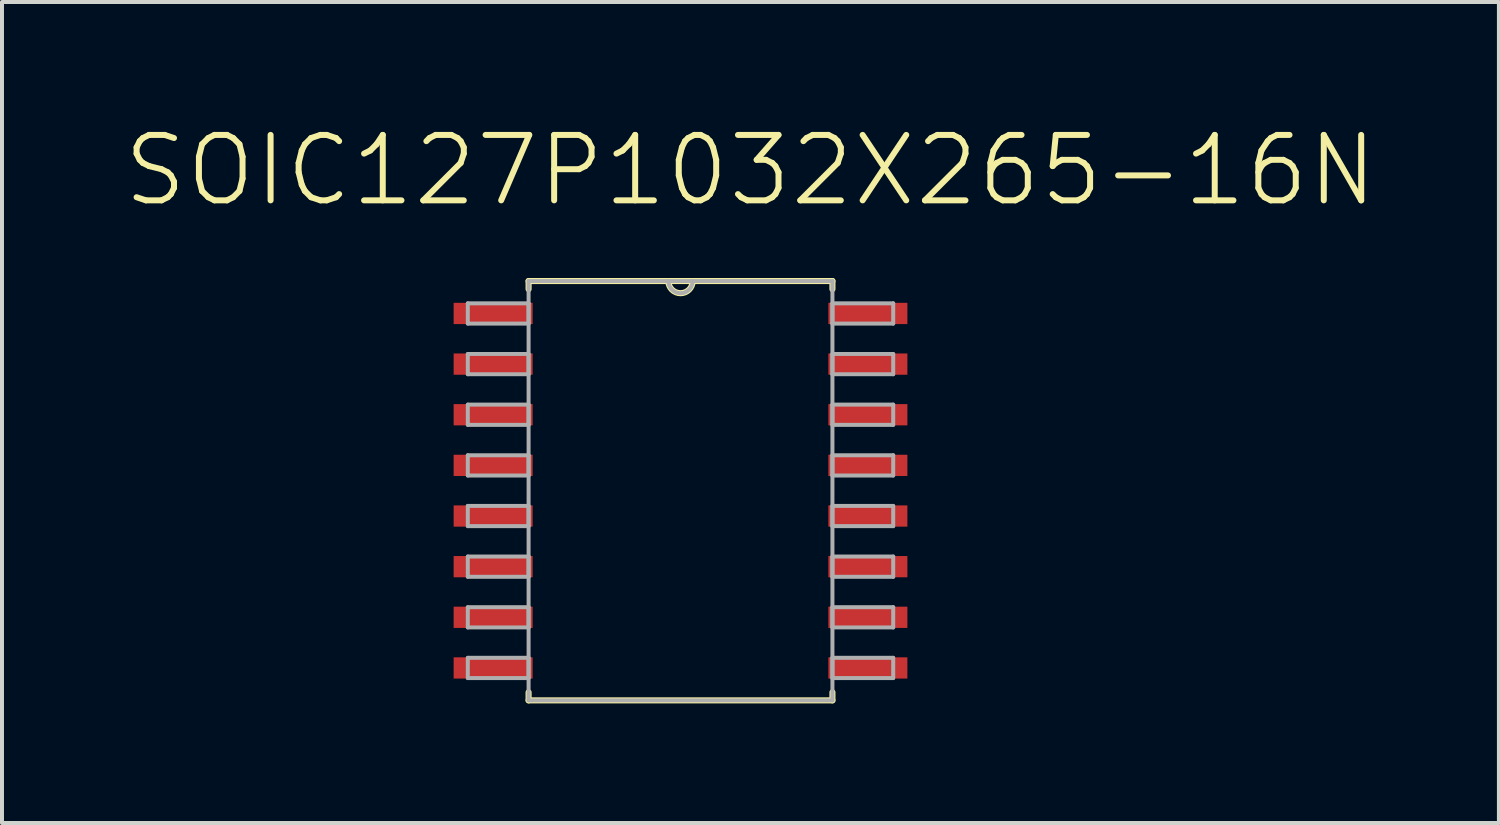
<source format=kicad_pcb>
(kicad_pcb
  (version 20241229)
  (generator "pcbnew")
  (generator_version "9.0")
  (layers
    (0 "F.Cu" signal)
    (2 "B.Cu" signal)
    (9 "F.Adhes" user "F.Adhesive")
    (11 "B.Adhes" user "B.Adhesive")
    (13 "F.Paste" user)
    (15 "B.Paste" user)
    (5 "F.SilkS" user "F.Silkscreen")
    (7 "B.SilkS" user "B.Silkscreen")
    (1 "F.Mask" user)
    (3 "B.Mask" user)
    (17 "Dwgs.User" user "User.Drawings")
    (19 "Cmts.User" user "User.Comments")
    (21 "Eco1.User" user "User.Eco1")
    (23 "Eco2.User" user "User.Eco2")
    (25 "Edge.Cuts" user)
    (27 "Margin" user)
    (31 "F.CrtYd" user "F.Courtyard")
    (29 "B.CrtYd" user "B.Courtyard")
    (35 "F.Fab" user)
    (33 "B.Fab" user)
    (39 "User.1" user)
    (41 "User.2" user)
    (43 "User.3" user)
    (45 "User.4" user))
  (footprint "SOIC127P1032X265-16N"
    (layer "F.Cu")
    (at 14.016 9.256)
    (property "Reference" "SOIC127P1032X265-16N" (at 1.754 -8.033 0) (layer "F.SilkS") (effects (font (size 1.641 1.641) (thickness 0.15))))
    (attr smd)
    (fp_line (start -3.81 -5.258) (end -3.81 -5.055) (stroke (width 0.152) (type solid)) (layer "F.SilkS"))
    (fp_line (start -3.81 5.055) (end -3.81 5.258) (stroke (width 0.152) (type solid)) (layer "F.SilkS"))
    (fp_line (start -3.81 5.258) (end 3.81 5.258) (stroke (width 0.152) (type solid)) (layer "F.SilkS"))
    (fp_line (start -0.305 -5.258) (end -3.81 -5.258) (stroke (width 0.152) (type solid)) (layer "F.SilkS"))
    (fp_line (start 0.305 -5.258) (end -0.305 -5.258) (stroke (width 0.152) (type solid)) (layer "F.SilkS"))
    (fp_line (start 3.81 -5.258) (end 0.305 -5.258) (stroke (width 0.152) (type solid)) (layer "F.SilkS"))
    (fp_line (start 3.81 -5.055) (end 3.81 -5.258) (stroke (width 0.152) (type solid)) (layer "F.SilkS"))
    (fp_line (start 3.81 5.258) (end 3.81 5.055) (stroke (width 0.152) (type solid)) (layer "F.SilkS"))
    (fp_arc (start 0.3048 -5.2578) (mid 0 -4.953) (end -0.3048 -5.2578) (stroke (width 0.1524) (type solid)) (layer "F.SilkS"))
    (fp_line (start -5.334 -4.699) (end -5.334 -4.191) (stroke (width 0.1) (type solid)) (layer "F.Fab"))
    (fp_line (start -5.334 -4.191) (end -3.81 -4.191) (stroke (width 0.1) (type solid)) (layer "F.Fab"))
    (fp_line (start -5.334 -3.429) (end -5.334 -2.921) (stroke (width 0.1) (type solid)) (layer "F.Fab"))
    (fp_line (start -5.334 -2.921) (end -3.81 -2.921) (stroke (width 0.1) (type solid)) (layer "F.Fab"))
    (fp_line (start -5.334 -2.159) (end -5.334 -1.651) (stroke (width 0.1) (type solid)) (layer "F.Fab"))
    (fp_line (start -5.334 -1.651) (end -3.81 -1.651) (stroke (width 0.1) (type solid)) (layer "F.Fab"))
    (fp_line (start -5.334 -0.889) (end -5.334 -0.381) (stroke (width 0.1) (type solid)) (layer "F.Fab"))
    (fp_line (start -5.334 -0.381) (end -3.81 -0.381) (stroke (width 0.1) (type solid)) (layer "F.Fab"))
    (fp_line (start -5.334 0.381) (end -5.334 0.889) (stroke (width 0.1) (type solid)) (layer "F.Fab"))
    (fp_line (start -5.334 0.889) (end -3.81 0.889) (stroke (width 0.1) (type solid)) (layer "F.Fab"))
    (fp_line (start -5.334 1.651) (end -5.334 2.159) (stroke (width 0.1) (type solid)) (layer "F.Fab"))
    (fp_line (start -5.334 2.159) (end -3.81 2.159) (stroke (width 0.1) (type solid)) (layer "F.Fab"))
    (fp_line (start -5.334 2.921) (end -5.334 3.429) (stroke (width 0.1) (type solid)) (layer "F.Fab"))
    (fp_line (start -5.334 3.429) (end -3.81 3.429) (stroke (width 0.1) (type solid)) (layer "F.Fab"))
    (fp_line (start -5.334 4.191) (end -5.334 4.699) (stroke (width 0.1) (type solid)) (layer "F.Fab"))
    (fp_line (start -5.334 4.699) (end -3.81 4.699) (stroke (width 0.1) (type solid)) (layer "F.Fab"))
    (fp_line (start -3.81 -5.258) (end -3.81 5.258) (stroke (width 0.1) (type solid)) (layer "F.Fab"))
    (fp_line (start -3.81 -4.699) (end -5.334 -4.699) (stroke (width 0.1) (type solid)) (layer "F.Fab"))
    (fp_line (start -3.81 -4.191) (end -3.81 -4.699) (stroke (width 0.1) (type solid)) (layer "F.Fab"))
    (fp_line (start -3.81 -3.429) (end -5.334 -3.429) (stroke (width 0.1) (type solid)) (layer "F.Fab"))
    (fp_line (start -3.81 -2.921) (end -3.81 -3.429) (stroke (width 0.1) (type solid)) (layer "F.Fab"))
    (fp_line (start -3.81 -2.159) (end -5.334 -2.159) (stroke (width 0.1) (type solid)) (layer "F.Fab"))
    (fp_line (start -3.81 -1.651) (end -3.81 -2.159) (stroke (width 0.1) (type solid)) (layer "F.Fab"))
    (fp_line (start -3.81 -0.889) (end -5.334 -0.889) (stroke (width 0.1) (type solid)) (layer "F.Fab"))
    (fp_line (start -3.81 -0.381) (end -3.81 -0.889) (stroke (width 0.1) (type solid)) (layer "F.Fab"))
    (fp_line (start -3.81 0.381) (end -5.334 0.381) (stroke (width 0.1) (type solid)) (layer "F.Fab"))
    (fp_line (start -3.81 0.889) (end -3.81 0.381) (stroke (width 0.1) (type solid)) (layer "F.Fab"))
    (fp_line (start -3.81 1.651) (end -5.334 1.651) (stroke (width 0.1) (type solid)) (layer "F.Fab"))
    (fp_line (start -3.81 2.159) (end -3.81 1.651) (stroke (width 0.1) (type solid)) (layer "F.Fab"))
    (fp_line (start -3.81 2.921) (end -5.334 2.921) (stroke (width 0.1) (type solid)) (layer "F.Fab"))
    (fp_line (start -3.81 3.429) (end -3.81 2.921) (stroke (width 0.1) (type solid)) (layer "F.Fab"))
    (fp_line (start -3.81 4.191) (end -5.334 4.191) (stroke (width 0.1) (type solid)) (layer "F.Fab"))
    (fp_line (start -3.81 4.699) (end -3.81 4.191) (stroke (width 0.1) (type solid)) (layer "F.Fab"))
    (fp_line (start -3.81 5.258) (end 3.81 5.258) (stroke (width 0.1) (type solid)) (layer "F.Fab"))
    (fp_line (start -0.305 -5.258) (end -3.81 -5.258) (stroke (width 0.1) (type solid)) (layer "F.Fab"))
    (fp_line (start 0.305 -5.258) (end -0.305 -5.258) (stroke (width 0.1) (type solid)) (layer "F.Fab"))
    (fp_line (start 3.81 -5.258) (end 0.305 -5.258) (stroke (width 0.1) (type solid)) (layer "F.Fab"))
    (fp_line (start 3.81 -4.699) (end 3.81 -4.191) (stroke (width 0.1) (type solid)) (layer "F.Fab"))
    (fp_line (start 3.81 -4.191) (end 5.334 -4.191) (stroke (width 0.1) (type solid)) (layer "F.Fab"))
    (fp_line (start 3.81 -3.429) (end 3.81 -2.921) (stroke (width 0.1) (type solid)) (layer "F.Fab"))
    (fp_line (start 3.81 -2.921) (end 5.334 -2.921) (stroke (width 0.1) (type solid)) (layer "F.Fab"))
    (fp_line (start 3.81 -2.159) (end 3.81 -1.651) (stroke (width 0.1) (type solid)) (layer "F.Fab"))
    (fp_line (start 3.81 -1.651) (end 5.334 -1.651) (stroke (width 0.1) (type solid)) (layer "F.Fab"))
    (fp_line (start 3.81 -0.889) (end 3.81 -0.381) (stroke (width 0.1) (type solid)) (layer "F.Fab"))
    (fp_line (start 3.81 -0.381) (end 5.334 -0.381) (stroke (width 0.1) (type solid)) (layer "F.Fab"))
    (fp_line (start 3.81 0.381) (end 3.81 0.889) (stroke (width 0.1) (type solid)) (layer "F.Fab"))
    (fp_line (start 3.81 0.889) (end 5.334 0.889) (stroke (width 0.1) (type solid)) (layer "F.Fab"))
    (fp_line (start 3.81 1.651) (end 3.81 2.159) (stroke (width 0.1) (type solid)) (layer "F.Fab"))
    (fp_line (start 3.81 2.159) (end 5.334 2.159) (stroke (width 0.1) (type solid)) (layer "F.Fab"))
    (fp_line (start 3.81 2.921) (end 3.81 3.429) (stroke (width 0.1) (type solid)) (layer "F.Fab"))
    (fp_line (start 3.81 3.429) (end 5.334 3.429) (stroke (width 0.1) (type solid)) (layer "F.Fab"))
    (fp_line (start 3.81 4.191) (end 3.81 4.699) (stroke (width 0.1) (type solid)) (layer "F.Fab"))
    (fp_line (start 3.81 4.699) (end 5.334 4.699) (stroke (width 0.1) (type solid)) (layer "F.Fab"))
    (fp_line (start 3.81 5.258) (end 3.81 -5.258) (stroke (width 0.1) (type solid)) (layer "F.Fab"))
    (fp_line (start 5.334 -4.699) (end 3.81 -4.699) (stroke (width 0.1) (type solid)) (layer "F.Fab"))
    (fp_line (start 5.334 -4.191) (end 5.334 -4.699) (stroke (width 0.1) (type solid)) (layer "F.Fab"))
    (fp_line (start 5.334 -3.429) (end 3.81 -3.429) (stroke (width 0.1) (type solid)) (layer "F.Fab"))
    (fp_line (start 5.334 -2.921) (end 5.334 -3.429) (stroke (width 0.1) (type solid)) (layer "F.Fab"))
    (fp_line (start 5.334 -2.159) (end 3.81 -2.159) (stroke (width 0.1) (type solid)) (layer "F.Fab"))
    (fp_line (start 5.334 -1.651) (end 5.334 -2.159) (stroke (width 0.1) (type solid)) (layer "F.Fab"))
    (fp_line (start 5.334 -0.889) (end 3.81 -0.889) (stroke (width 0.1) (type solid)) (layer "F.Fab"))
    (fp_line (start 5.334 -0.381) (end 5.334 -0.889) (stroke (width 0.1) (type solid)) (layer "F.Fab"))
    (fp_line (start 5.334 0.381) (end 3.81 0.381) (stroke (width 0.1) (type solid)) (layer "F.Fab"))
    (fp_line (start 5.334 0.889) (end 5.334 0.381) (stroke (width 0.1) (type solid)) (layer "F.Fab"))
    (fp_line (start 5.334 1.651) (end 3.81 1.651) (stroke (width 0.1) (type solid)) (layer "F.Fab"))
    (fp_line (start 5.334 2.159) (end 5.334 1.651) (stroke (width 0.1) (type solid)) (layer "F.Fab"))
    (fp_line (start 5.334 2.921) (end 3.81 2.921) (stroke (width 0.1) (type solid)) (layer "F.Fab"))
    (fp_line (start 5.334 3.429) (end 5.334 2.921) (stroke (width 0.1) (type solid)) (layer "F.Fab"))
    (fp_line (start 5.334 4.191) (end 3.81 4.191) (stroke (width 0.1) (type solid)) (layer "F.Fab"))
    (fp_line (start 5.334 4.699) (end 5.334 4.191) (stroke (width 0.1) (type solid)) (layer "F.Fab"))
    (fp_arc (start 0.3048 -5.2578) (mid 0 -4.953) (end -0.3048 -5.2578) (stroke (width 0.1) (type solid)) (layer "F.Fab"))
    (pad "1" smd rect (at -4.699 -4.445) (size 1.981 0.533) (layers "F.Cu" "F.Mask" "F.Paste"))
    (pad "2" smd rect (at -4.699 -3.175) (size 1.981 0.533) (layers "F.Cu" "F.Mask" "F.Paste"))
    (pad "3" smd rect (at -4.699 -1.905) (size 1.981 0.533) (layers "F.Cu" "F.Mask" "F.Paste"))
    (pad "4" smd rect (at -4.699 -0.635) (size 1.981 0.533) (layers "F.Cu" "F.Mask" "F.Paste"))
    (pad "5" smd rect (at -4.699 0.635) (size 1.981 0.533) (layers "F.Cu" "F.Mask" "F.Paste"))
    (pad "6" smd rect (at -4.699 1.905) (size 1.981 0.533) (layers "F.Cu" "F.Mask" "F.Paste"))
    (pad "7" smd rect (at -4.699 3.175) (size 1.981 0.533) (layers "F.Cu" "F.Mask" "F.Paste"))
    (pad "8" smd rect (at -4.699 4.445) (size 1.981 0.533) (layers "F.Cu" "F.Mask" "F.Paste"))
    (pad "9" smd rect (at 4.699 4.445) (size 1.981 0.533) (layers "F.Cu" "F.Mask" "F.Paste"))
    (pad "10" smd rect (at 4.699 3.175) (size 1.981 0.533) (layers "F.Cu" "F.Mask" "F.Paste"))
    (pad "11" smd rect (at 4.699 1.905) (size 1.981 0.533) (layers "F.Cu" "F.Mask" "F.Paste"))
    (pad "12" smd rect (at 4.699 0.635) (size 1.981 0.533) (layers "F.Cu" "F.Mask" "F.Paste"))
    (pad "13" smd rect (at 4.699 -0.635) (size 1.981 0.533) (layers "F.Cu" "F.Mask" "F.Paste"))
    (pad "14" smd rect (at 4.699 -1.905) (size 1.981 0.533) (layers "F.Cu" "F.Mask" "F.Paste"))
    (pad "15" smd rect (at 4.699 -3.175) (size 1.981 0.533) (layers "F.Cu" "F.Mask" "F.Paste"))
    (pad "16" smd rect (at 4.699 -4.445) (size 1.981 0.533) (layers "F.Cu" "F.Mask" "F.Paste")))
  (gr_rect
    (start -3 -3)
    (end 34.54 17.59)
    (stroke (width 0.1) (type default))
    (fill no)
    (layer "Edge.Cuts")))
</source>
